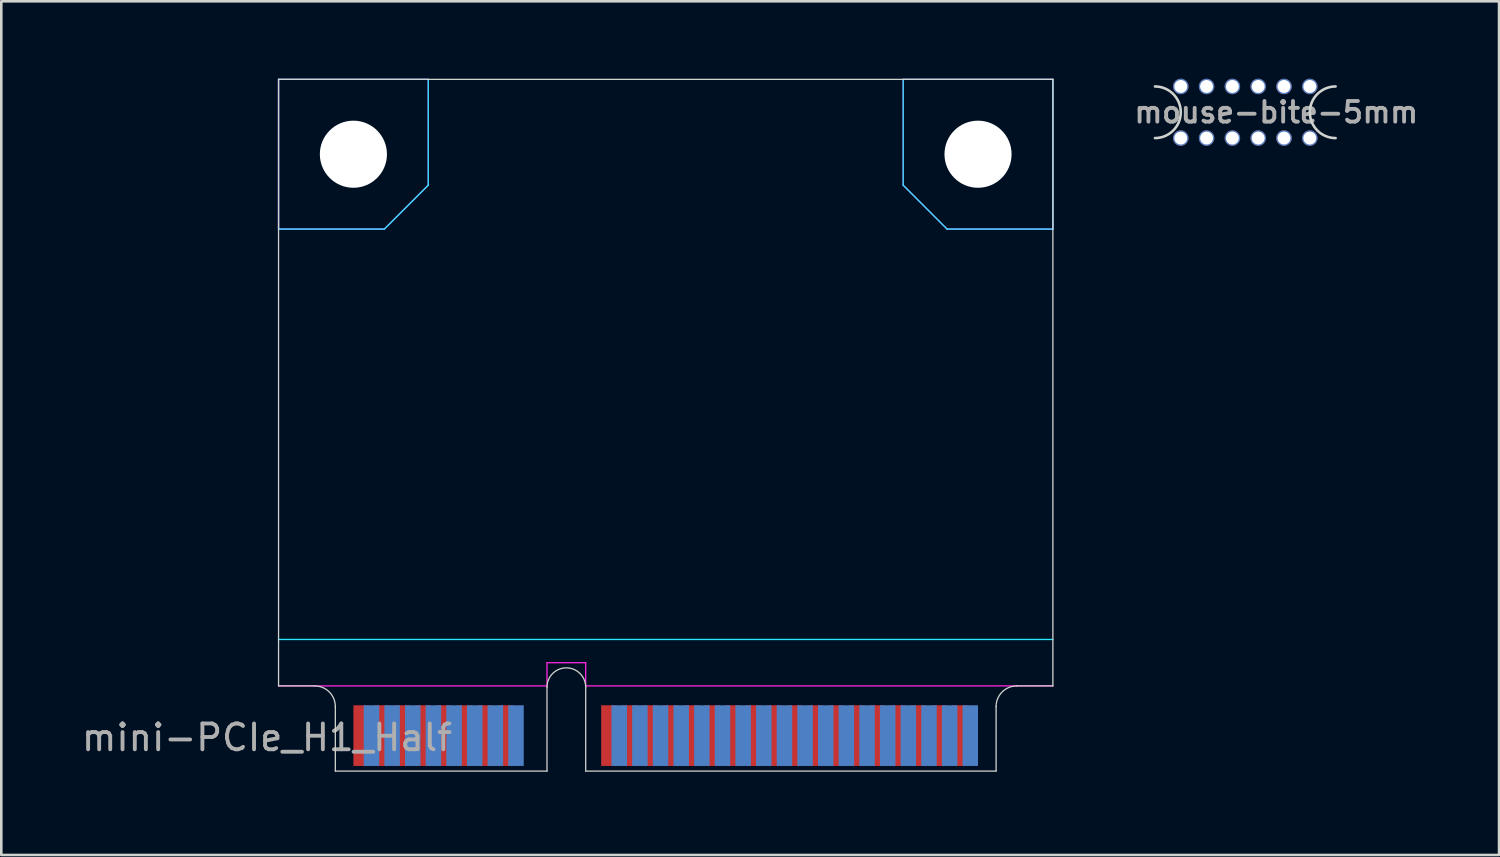
<source format=kicad_pcb>
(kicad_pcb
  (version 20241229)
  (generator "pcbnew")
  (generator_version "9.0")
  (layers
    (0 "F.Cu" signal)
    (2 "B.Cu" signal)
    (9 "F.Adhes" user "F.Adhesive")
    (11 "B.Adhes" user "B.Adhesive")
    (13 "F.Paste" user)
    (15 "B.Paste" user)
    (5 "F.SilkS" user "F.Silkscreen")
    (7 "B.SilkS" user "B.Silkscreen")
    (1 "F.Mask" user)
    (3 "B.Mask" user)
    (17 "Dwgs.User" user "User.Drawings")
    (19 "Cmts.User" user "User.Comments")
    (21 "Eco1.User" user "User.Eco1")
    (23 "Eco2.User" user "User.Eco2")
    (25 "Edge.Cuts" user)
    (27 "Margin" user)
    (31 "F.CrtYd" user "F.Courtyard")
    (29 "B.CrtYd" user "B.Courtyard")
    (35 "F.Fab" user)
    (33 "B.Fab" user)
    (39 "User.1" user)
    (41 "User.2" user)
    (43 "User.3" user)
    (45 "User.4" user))
  (footprint "mouse-bite-5mm"
    (layer "F.Cu")
    (at 45.197 1.3)
    (property "Reference" "mouse-bite-5mm" (at 1.2 0 0) (layer "F.Fab") (effects (font (size 0.8 0.8) (thickness 0.15))))
    (fp_arc (start -3.5 -1) (mid -2.5 0) (end -3.5 1) (stroke (width 0.1) (type solid)) (layer "Edge.Cuts"))
    (fp_arc (start 3.5 1) (mid 2.5 0) (end 3.5 -1) (stroke (width 0.1) (type solid)) (layer "Edge.Cuts"))
    (pad "" np_thru_hole circle (at -2.5 -1) (size 0.6 0.6) (drill 0.5) (layers "*.Cu" "*.Mask"))
    (pad "" np_thru_hole circle (at -2.5 1) (size 0.6 0.6) (drill 0.5) (layers "*.Cu" "*.Mask"))
    (pad "" np_thru_hole circle (at -1.5 -1) (size 0.6 0.6) (drill 0.5) (layers "*.Cu" "*.Mask"))
    (pad "" np_thru_hole circle (at -1.5 1) (size 0.6 0.6) (drill 0.5) (layers "*.Cu" "*.Mask"))
    (pad "" np_thru_hole circle (at -0.5 -1) (size 0.6 0.6) (drill 0.5) (layers "*.Cu" "*.Mask"))
    (pad "" np_thru_hole circle (at -0.5 1) (size 0.6 0.6) (drill 0.5) (layers "*.Cu" "*.Mask"))
    (pad "" np_thru_hole circle (at 0.5 -1) (size 0.6 0.6) (drill 0.5) (layers "*.Cu" "*.Mask"))
    (pad "" np_thru_hole circle (at 0.5 1) (size 0.6 0.6) (drill 0.5) (layers "*.Cu" "*.Mask"))
    (pad "" np_thru_hole circle (at 1.5 -1) (size 0.6 0.6) (drill 0.5) (layers "*.Cu" "*.Mask"))
    (pad "" np_thru_hole circle (at 1.5 1) (size 0.6 0.6) (drill 0.5) (layers "*.Cu" "*.Mask"))
    (pad "" np_thru_hole circle (at 2.5 -1) (size 0.6 0.6) (drill 0.5) (layers "*.Cu" "*.Mask"))
    (pad "" np_thru_hole circle (at 2.5 1) (size 0.6 0.6) (drill 0.5) (layers "*.Cu" "*.Mask")))
  (footprint "mini-PCIe_H1_Half"
    (layer "F.Cu")
    (at 18.892 26.825)
    (property "Reference" "mini-PCIe_H1_Half" (at -11.6 -1.3 0) (layer "F.Fab") (effects (font (size 1 1) (thickness 0.15))))
    (attr through_hole)
    (fp_line (start -11.15 -26.8) (end 18.85 -26.8) (stroke (width 0.05) (type solid)) (layer "Edge.Cuts"))
    (fp_line (start -11.15 -3.3) (end -11.15 -26.8) (stroke (width 0.05) (type solid)) (layer "Edge.Cuts"))
    (fp_line (start -11.15 -3.3) (end -9.75 -3.3) (stroke (width 0.05) (type solid)) (layer "Edge.Cuts"))
    (fp_line (start -8.95 0) (end -8.95 -2.5) (stroke (width 0.05) (type solid)) (layer "Edge.Cuts"))
    (fp_line (start -0.75 0) (end -8.95 0) (stroke (width 0.05) (type solid)) (layer "Edge.Cuts"))
    (fp_line (start -0.75 0) (end -0.75 -3.25) (stroke (width 0.05) (type solid)) (layer "Edge.Cuts"))
    (fp_line (start 0.75 0) (end 0.75 -3.25) (stroke (width 0.05) (type solid)) (layer "Edge.Cuts"))
    (fp_line (start 0.75 0) (end 16.65 0) (stroke (width 0.05) (type solid)) (layer "Edge.Cuts"))
    (fp_line (start 16.65 0) (end 16.65 -2.5) (stroke (width 0.05) (type solid)) (layer "Edge.Cuts"))
    (fp_line (start 17.45 -3.3) (end 18.85 -3.3) (stroke (width 0.05) (type solid)) (layer "Edge.Cuts"))
    (fp_line (start 18.85 -3.3) (end 18.85 -26.8) (stroke (width 0.05) (type solid)) (layer "Edge.Cuts"))
    (fp_arc (start -9.75 -3.3) (mid -9.184315 -3.065685) (end -8.95 -2.5) (stroke (width 0.05) (type solid)) (layer "Edge.Cuts"))
    (fp_arc (start -0.75 -3.25) (mid 0 -4) (end 0.75 -3.25) (stroke (width 0.05) (type solid)) (layer "Edge.Cuts"))
    (fp_arc (start 16.65 -2.5) (mid 16.884315 -3.065685) (end 17.45 -3.3) (stroke (width 0.05) (type solid)) (layer "Edge.Cuts"))
    (fp_line (start -11.15 -26.8) (end -5.35 -26.8) (stroke (width 0.05) (type solid)) (layer "B.CrtYd"))
    (fp_line (start -11.15 -21) (end -11.15 -26.8) (stroke (width 0.05) (type solid)) (layer "B.CrtYd"))
    (fp_line (start -11.15 -21) (end -7.05 -21) (stroke (width 0.05) (type solid)) (layer "B.CrtYd"))
    (fp_line (start -11.15 -5.1) (end 18.85 -5.1) (stroke (width 0.05) (type solid)) (layer "B.CrtYd"))
    (fp_line (start -5.35 -22.7) (end -7.05 -21) (stroke (width 0.05) (type solid)) (layer "B.CrtYd"))
    (fp_line (start -5.35 -22.7) (end -5.35 -26.8) (stroke (width 0.05) (type solid)) (layer "B.CrtYd"))
    (fp_line (start 13.05 -26.8) (end 18.85 -26.8) (stroke (width 0.05) (type solid)) (layer "B.CrtYd"))
    (fp_line (start 13.05 -22.7) (end 13.05 -26.8) (stroke (width 0.05) (type solid)) (layer "B.CrtYd"))
    (fp_line (start 13.05 -22.7) (end 14.75 -21) (stroke (width 0.05) (type solid)) (layer "B.CrtYd"))
    (fp_line (start 14.75 -21) (end 18.85 -21) (stroke (width 0.05) (type solid)) (layer "B.CrtYd"))
    (fp_line (start 18.85 -21) (end 18.85 -26.8) (stroke (width 0.05) (type solid)) (layer "B.CrtYd"))
    (fp_line (start -11.15 -26.8) (end -5.35 -26.8) (stroke (width 0.05) (type solid)) (layer "F.CrtYd"))
    (fp_line (start -11.15 -21) (end -11.15 -26.8) (stroke (width 0.05) (type solid)) (layer "F.CrtYd"))
    (fp_line (start -11.15 -21) (end -7.05 -21) (stroke (width 0.05) (type solid)) (layer "F.CrtYd"))
    (fp_line (start -11.15 -3.3) (end -0.75 -3.3) (stroke (width 0.05) (type solid)) (layer "F.CrtYd"))
    (fp_line (start -5.35 -22.7) (end -7.05 -21) (stroke (width 0.05) (type solid)) (layer "F.CrtYd"))
    (fp_line (start -5.35 -22.7) (end -5.35 -26.8) (stroke (width 0.05) (type solid)) (layer "F.CrtYd"))
    (fp_line (start -0.75 -4.2) (end 0.75 -4.2) (stroke (width 0.05) (type solid)) (layer "F.CrtYd"))
    (fp_line (start -0.75 -3.3) (end -0.75 -4.2) (stroke (width 0.05) (type solid)) (layer "F.CrtYd"))
    (fp_line (start 0.75 -3.3) (end 0.75 -4.2) (stroke (width 0.05) (type solid)) (layer "F.CrtYd"))
    (fp_line (start 0.75 -3.3) (end 18.85 -3.3) (stroke (width 0.05) (type solid)) (layer "F.CrtYd"))
    (fp_line (start 13.05 -26.8) (end 18.85 -26.8) (stroke (width 0.05) (type solid)) (layer "F.CrtYd"))
    (fp_line (start 13.05 -22.7) (end 13.05 -26.8) (stroke (width 0.05) (type solid)) (layer "F.CrtYd"))
    (fp_line (start 13.05 -22.7) (end 14.75 -21) (stroke (width 0.05) (type solid)) (layer "F.CrtYd"))
    (fp_line (start 14.75 -21) (end 18.85 -21) (stroke (width 0.05) (type solid)) (layer "F.CrtYd"))
    (fp_line (start 18.85 -21) (end 18.85 -26.8) (stroke (width 0.05) (type solid)) (layer "F.CrtYd"))
    (pad "" np_thru_hole circle (at -8.25 -23.9) (size 2.6 2.6) (drill 2.6) (layers "*.Cu"))
    (pad "" np_thru_hole circle (at 15.95 -23.9) (size 2.6 2.6) (drill 2.6) (layers "*.Cu"))
    (pad "1" smd rect (at -7.95 -1.375) (size 0.6 2.35) (layers "F.Cu" "F.Mask"))
    (pad "2" smd rect (at -7.55 -1.375) (size 0.6 2.35) (layers "B.Cu" "B.Mask"))
    (pad "3" smd rect (at -7.15 -1.375) (size 0.6 2.35) (layers "F.Cu" "F.Mask"))
    (pad "4" smd rect (at -6.75 -1.375) (size 0.6 2.35) (layers "B.Cu" "B.Mask"))
    (pad "5" smd rect (at -6.35 -1.375) (size 0.6 2.35) (layers "F.Cu" "F.Mask"))
    (pad "6" smd rect (at -5.95 -1.375) (size 0.6 2.35) (layers "B.Cu" "B.Mask"))
    (pad "7" smd rect (at -5.55 -1.375) (size 0.6 2.35) (layers "F.Cu" "F.Mask"))
    (pad "8" smd rect (at -5.15 -1.375) (size 0.6 2.35) (layers "B.Cu" "B.Mask"))
    (pad "9" smd rect (at -4.75 -1.375) (size 0.6 2.35) (layers "F.Cu" "F.Mask"))
    (pad "10" smd rect (at -4.35 -1.375) (size 0.6 2.35) (layers "B.Cu" "B.Mask"))
    (pad "11" smd rect (at -3.95 -1.375) (size 0.6 2.35) (layers "F.Cu" "F.Mask"))
    (pad "12" smd rect (at -3.55 -1.375) (size 0.6 2.35) (layers "B.Cu" "B.Mask"))
    (pad "13" smd rect (at -3.15 -1.375) (size 0.6 2.35) (layers "F.Cu" "F.Mask"))
    (pad "14" smd rect (at -2.75 -1.375) (size 0.6 2.35) (layers "B.Cu" "B.Mask"))
    (pad "15" smd rect (at -2.35 -1.375) (size 0.6 2.35) (layers "F.Cu" "F.Mask"))
    (pad "16" smd rect (at -1.95 -1.375) (size 0.6 2.35) (layers "B.Cu" "B.Mask"))
    (pad "17" smd rect (at 1.65 -1.375) (size 0.6 2.35) (layers "F.Cu" "F.Mask"))
    (pad "18" smd rect (at 2.05 -1.375) (size 0.6 2.35) (layers "B.Cu" "B.Mask"))
    (pad "19" smd rect (at 2.45 -1.375) (size 0.6 2.35) (layers "F.Cu" "F.Mask"))
    (pad "20" smd rect (at 2.85 -1.375) (size 0.6 2.35) (layers "B.Cu" "B.Mask"))
    (pad "21" smd rect (at 3.25 -1.375) (size 0.6 2.35) (layers "F.Cu" "F.Mask"))
    (pad "22" smd rect (at 3.65 -1.375) (size 0.6 2.35) (layers "B.Cu" "B.Mask"))
    (pad "23" smd rect (at 4.05 -1.375) (size 0.6 2.35) (layers "F.Cu" "F.Mask"))
    (pad "24" smd rect (at 4.45 -1.375) (size 0.6 2.35) (layers "B.Cu" "B.Mask"))
    (pad "25" smd rect (at 4.85 -1.375) (size 0.6 2.35) (layers "F.Cu" "F.Mask"))
    (pad "26" smd rect (at 5.25 -1.375) (size 0.6 2.35) (layers "B.Cu" "B.Mask"))
    (pad "27" smd rect (at 5.65 -1.375) (size 0.6 2.35) (layers "F.Cu" "F.Mask"))
    (pad "28" smd rect (at 6.05 -1.375) (size 0.6 2.35) (layers "B.Cu" "B.Mask"))
    (pad "29" smd rect (at 6.45 -1.375) (size 0.6 2.35) (layers "F.Cu" "F.Mask"))
    (pad "30" smd rect (at 6.85 -1.375) (size 0.6 2.35) (layers "B.Cu" "B.Mask"))
    (pad "31" smd rect (at 7.25 -1.375) (size 0.6 2.35) (layers "F.Cu" "F.Mask"))
    (pad "32" smd rect (at 7.65 -1.375) (size 0.6 2.35) (layers "B.Cu" "B.Mask"))
    (pad "33" smd rect (at 8.05 -1.375) (size 0.6 2.35) (layers "F.Cu" "F.Mask"))
    (pad "34" smd rect (at 8.45 -1.375) (size 0.6 2.35) (layers "B.Cu" "B.Mask"))
    (pad "35" smd rect (at 8.85 -1.375) (size 0.6 2.35) (layers "F.Cu" "F.Mask"))
    (pad "36" smd rect (at 9.25 -1.375) (size 0.6 2.35) (layers "B.Cu" "B.Mask"))
    (pad "37" smd rect (at 9.65 -1.375) (size 0.6 2.35) (layers "F.Cu" "F.Mask"))
    (pad "38" smd rect (at 10.05 -1.375) (size 0.6 2.35) (layers "B.Cu" "B.Mask"))
    (pad "39" smd rect (at 10.45 -1.375) (size 0.6 2.35) (layers "F.Cu" "F.Mask"))
    (pad "40" smd rect (at 10.85 -1.375) (size 0.6 2.35) (layers "B.Cu" "B.Mask"))
    (pad "41" smd rect (at 11.25 -1.375) (size 0.6 2.35) (layers "F.Cu" "F.Mask"))
    (pad "42" smd rect (at 11.65 -1.375) (size 0.6 2.35) (layers "B.Cu" "B.Mask"))
    (pad "43" smd rect (at 12.05 -1.375) (size 0.6 2.35) (layers "F.Cu" "F.Mask"))
    (pad "44" smd rect (at 12.45 -1.375) (size 0.6 2.35) (layers "B.Cu" "B.Mask"))
    (pad "45" smd rect (at 12.85 -1.375) (size 0.6 2.35) (layers "F.Cu" "F.Mask"))
    (pad "46" smd rect (at 13.25 -1.375) (size 0.6 2.35) (layers "B.Cu" "B.Mask"))
    (pad "47" smd rect (at 13.65 -1.375) (size 0.6 2.35) (layers "F.Cu" "F.Mask"))
    (pad "48" smd rect (at 14.05 -1.375) (size 0.6 2.35) (layers "B.Cu" "B.Mask"))
    (pad "49" smd rect (at 14.45 -1.375) (size 0.6 2.35) (layers "F.Cu" "F.Mask"))
    (pad "50" smd rect (at 14.85 -1.375) (size 0.6 2.35) (layers "B.Cu" "B.Mask"))
    (pad "51" smd rect (at 15.25 -1.375) (size 0.6 2.35) (layers "F.Cu" "F.Mask"))
    (pad "52" smd rect (at 15.65 -1.375) (size 0.6 2.35) (layers "B.Cu" "B.Mask")))
  (gr_rect
    (start -3 -3)
    (end 55.028 30.075)
    (stroke (width 0.1) (type default))
    (fill no)
    (layer "Edge.Cuts")))
</source>
